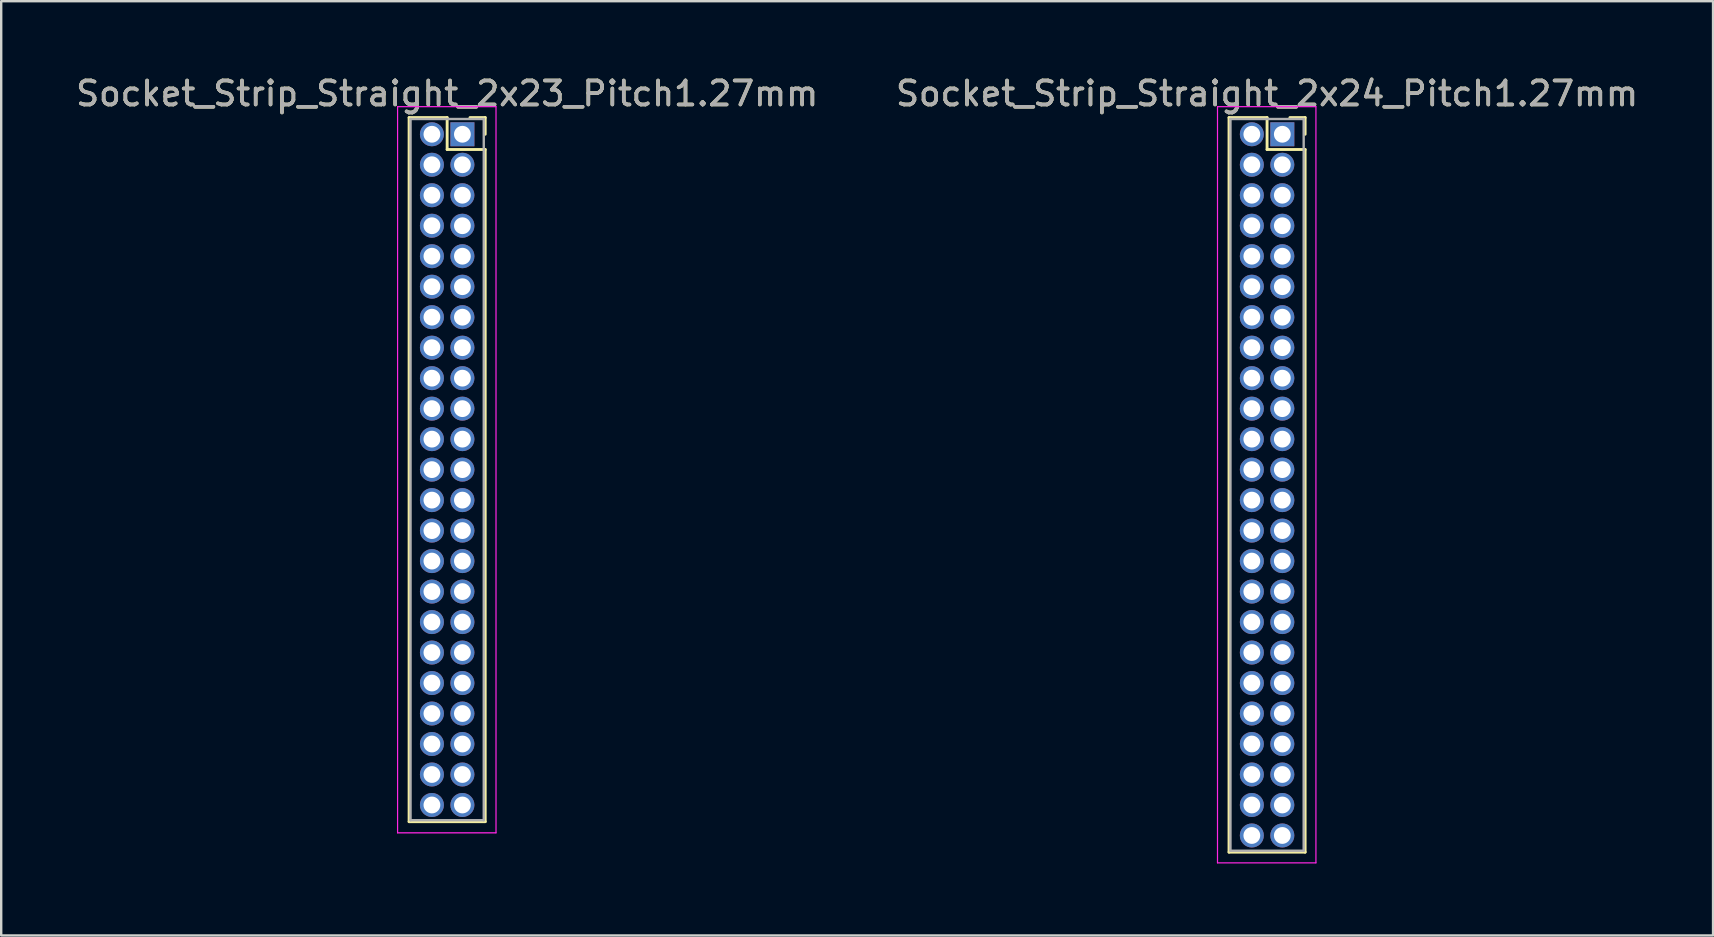
<source format=kicad_pcb>
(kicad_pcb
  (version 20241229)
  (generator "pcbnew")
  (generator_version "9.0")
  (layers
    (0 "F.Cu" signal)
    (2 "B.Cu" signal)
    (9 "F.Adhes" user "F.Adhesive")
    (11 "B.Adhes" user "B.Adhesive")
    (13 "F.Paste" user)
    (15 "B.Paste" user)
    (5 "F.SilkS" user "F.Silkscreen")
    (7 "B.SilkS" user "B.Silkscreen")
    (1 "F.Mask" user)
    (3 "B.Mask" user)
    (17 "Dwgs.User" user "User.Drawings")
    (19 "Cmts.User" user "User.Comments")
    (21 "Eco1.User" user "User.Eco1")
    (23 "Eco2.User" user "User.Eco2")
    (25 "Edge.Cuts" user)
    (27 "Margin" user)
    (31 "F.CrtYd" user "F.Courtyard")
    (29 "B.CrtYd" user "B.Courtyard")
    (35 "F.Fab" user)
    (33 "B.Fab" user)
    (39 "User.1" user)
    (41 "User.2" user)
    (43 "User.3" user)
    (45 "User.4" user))
  (footprint "Socket_Strip_Straight_2x24_Pitch1.27mm"
    (layer "F.Cu")
    (at 50.367 2.543)
    (property "Reference" "Socket_Strip_Straight_2x24_Pitch1.27mm" (at -0.635 -1.695 0) (layer "F.SilkS") (effects (font (size 1 1) (thickness 0.15))))
    (attr through_hole)
    (fp_line (start -2.22 -0.695) (end -0.635 -0.695) (stroke (width 0.12) (type solid)) (layer "F.SilkS"))
    (fp_line (start -2.22 29.905) (end -2.22 -0.695) (stroke (width 0.12) (type solid)) (layer "F.SilkS"))
    (fp_line (start -0.635 -0.695) (end -0.635 0.635) (stroke (width 0.12) (type solid)) (layer "F.SilkS"))
    (fp_line (start -0.635 0.635) (end 0.95 0.635) (stroke (width 0.12) (type solid)) (layer "F.SilkS"))
    (fp_line (start 0.95 -0.695) (end 0.315 -0.695) (stroke (width 0.12) (type solid)) (layer "F.SilkS"))
    (fp_line (start 0.95 0) (end 0.95 -0.695) (stroke (width 0.12) (type solid)) (layer "F.SilkS"))
    (fp_line (start 0.95 0.635) (end 0.95 29.905) (stroke (width 0.12) (type solid)) (layer "F.SilkS"))
    (fp_line (start 0.95 29.905) (end -2.22 29.905) (stroke (width 0.12) (type solid)) (layer "F.SilkS"))
    (fp_line (start -2.7 -1.15) (end -2.7 30.35) (stroke (width 0.05) (type solid)) (layer "F.CrtYd"))
    (fp_line (start -2.7 30.35) (end 1.4 30.35) (stroke (width 0.05) (type solid)) (layer "F.CrtYd"))
    (fp_line (start 1.4 -1.15) (end -2.7 -1.15) (stroke (width 0.05) (type solid)) (layer "F.CrtYd"))
    (fp_line (start 1.4 30.35) (end 1.4 -1.15) (stroke (width 0.05) (type solid)) (layer "F.CrtYd"))
    (fp_line (start -2.16 -0.635) (end -2.16 29.845) (stroke (width 0.1) (type solid)) (layer "F.Fab"))
    (fp_line (start -2.16 29.845) (end 0.89 29.845) (stroke (width 0.1) (type solid)) (layer "F.Fab"))
    (fp_line (start 0.89 -0.635) (end -2.16 -0.635) (stroke (width 0.1) (type solid)) (layer "F.Fab"))
    (fp_line (start 0.89 29.845) (end 0.89 -0.635) (stroke (width 0.1) (type solid)) (layer "F.Fab"))
    (fp_text user "${REFERENCE}" (at -0.635 -1.695 0) (layer "F.Fab") (effects (font (size 1 1) (thickness 0.15))))
    (pad "1" thru_hole rect (at 0 0) (size 1 1) (drill 0.7) (layers "*.Cu" "*.Mask"))
    (pad "2" thru_hole oval (at -1.27 0) (size 1 1) (drill 0.7) (layers "*.Cu" "*.Mask"))
    (pad "3" thru_hole oval (at 0 1.27) (size 1 1) (drill 0.7) (layers "*.Cu" "*.Mask"))
    (pad "4" thru_hole oval (at -1.27 1.27) (size 1 1) (drill 0.7) (layers "*.Cu" "*.Mask"))
    (pad "5" thru_hole oval (at 0 2.54) (size 1 1) (drill 0.7) (layers "*.Cu" "*.Mask"))
    (pad "6" thru_hole oval (at -1.27 2.54) (size 1 1) (drill 0.7) (layers "*.Cu" "*.Mask"))
    (pad "7" thru_hole oval (at 0 3.81) (size 1 1) (drill 0.7) (layers "*.Cu" "*.Mask"))
    (pad "8" thru_hole oval (at -1.27 3.81) (size 1 1) (drill 0.7) (layers "*.Cu" "*.Mask"))
    (pad "9" thru_hole oval (at 0 5.08) (size 1 1) (drill 0.7) (layers "*.Cu" "*.Mask"))
    (pad "10" thru_hole oval (at -1.27 5.08) (size 1 1) (drill 0.7) (layers "*.Cu" "*.Mask"))
    (pad "11" thru_hole oval (at 0 6.35) (size 1 1) (drill 0.7) (layers "*.Cu" "*.Mask"))
    (pad "12" thru_hole oval (at -1.27 6.35) (size 1 1) (drill 0.7) (layers "*.Cu" "*.Mask"))
    (pad "13" thru_hole oval (at 0 7.62) (size 1 1) (drill 0.7) (layers "*.Cu" "*.Mask"))
    (pad "14" thru_hole oval (at -1.27 7.62) (size 1 1) (drill 0.7) (layers "*.Cu" "*.Mask"))
    (pad "15" thru_hole oval (at 0 8.89) (size 1 1) (drill 0.7) (layers "*.Cu" "*.Mask"))
    (pad "16" thru_hole oval (at -1.27 8.89) (size 1 1) (drill 0.7) (layers "*.Cu" "*.Mask"))
    (pad "17" thru_hole oval (at 0 10.16) (size 1 1) (drill 0.7) (layers "*.Cu" "*.Mask"))
    (pad "18" thru_hole oval (at -1.27 10.16) (size 1 1) (drill 0.7) (layers "*.Cu" "*.Mask"))
    (pad "19" thru_hole oval (at 0 11.43) (size 1 1) (drill 0.7) (layers "*.Cu" "*.Mask"))
    (pad "20" thru_hole oval (at -1.27 11.43) (size 1 1) (drill 0.7) (layers "*.Cu" "*.Mask"))
    (pad "21" thru_hole oval (at 0 12.7) (size 1 1) (drill 0.7) (layers "*.Cu" "*.Mask"))
    (pad "22" thru_hole oval (at -1.27 12.7) (size 1 1) (drill 0.7) (layers "*.Cu" "*.Mask"))
    (pad "23" thru_hole oval (at 0 13.97) (size 1 1) (drill 0.7) (layers "*.Cu" "*.Mask"))
    (pad "24" thru_hole oval (at -1.27 13.97) (size 1 1) (drill 0.7) (layers "*.Cu" "*.Mask"))
    (pad "25" thru_hole oval (at 0 15.24) (size 1 1) (drill 0.7) (layers "*.Cu" "*.Mask"))
    (pad "26" thru_hole oval (at -1.27 15.24) (size 1 1) (drill 0.7) (layers "*.Cu" "*.Mask"))
    (pad "27" thru_hole oval (at 0 16.51) (size 1 1) (drill 0.7) (layers "*.Cu" "*.Mask"))
    (pad "28" thru_hole oval (at -1.27 16.51) (size 1 1) (drill 0.7) (layers "*.Cu" "*.Mask"))
    (pad "29" thru_hole oval (at 0 17.78) (size 1 1) (drill 0.7) (layers "*.Cu" "*.Mask"))
    (pad "30" thru_hole oval (at -1.27 17.78) (size 1 1) (drill 0.7) (layers "*.Cu" "*.Mask"))
    (pad "31" thru_hole oval (at 0 19.05) (size 1 1) (drill 0.7) (layers "*.Cu" "*.Mask"))
    (pad "32" thru_hole oval (at -1.27 19.05) (size 1 1) (drill 0.7) (layers "*.Cu" "*.Mask"))
    (pad "33" thru_hole oval (at 0 20.32) (size 1 1) (drill 0.7) (layers "*.Cu" "*.Mask"))
    (pad "34" thru_hole oval (at -1.27 20.32) (size 1 1) (drill 0.7) (layers "*.Cu" "*.Mask"))
    (pad "35" thru_hole oval (at 0 21.59) (size 1 1) (drill 0.7) (layers "*.Cu" "*.Mask"))
    (pad "36" thru_hole oval (at -1.27 21.59) (size 1 1) (drill 0.7) (layers "*.Cu" "*.Mask"))
    (pad "37" thru_hole oval (at 0 22.86) (size 1 1) (drill 0.7) (layers "*.Cu" "*.Mask"))
    (pad "38" thru_hole oval (at -1.27 22.86) (size 1 1) (drill 0.7) (layers "*.Cu" "*.Mask"))
    (pad "39" thru_hole oval (at 0 24.13) (size 1 1) (drill 0.7) (layers "*.Cu" "*.Mask"))
    (pad "40" thru_hole oval (at -1.27 24.13) (size 1 1) (drill 0.7) (layers "*.Cu" "*.Mask"))
    (pad "41" thru_hole oval (at 0 25.4) (size 1 1) (drill 0.7) (layers "*.Cu" "*.Mask"))
    (pad "42" thru_hole oval (at -1.27 25.4) (size 1 1) (drill 0.7) (layers "*.Cu" "*.Mask"))
    (pad "43" thru_hole oval (at 0 26.67) (size 1 1) (drill 0.7) (layers "*.Cu" "*.Mask"))
    (pad "44" thru_hole oval (at -1.27 26.67) (size 1 1) (drill 0.7) (layers "*.Cu" "*.Mask"))
    (pad "45" thru_hole oval (at 0 27.94) (size 1 1) (drill 0.7) (layers "*.Cu" "*.Mask"))
    (pad "46" thru_hole oval (at -1.27 27.94) (size 1 1) (drill 0.7) (layers "*.Cu" "*.Mask"))
    (pad "47" thru_hole oval (at 0 29.21) (size 1 1) (drill 0.7) (layers "*.Cu" "*.Mask"))
    (pad "48" thru_hole oval (at -1.27 29.21) (size 1 1) (drill 0.7) (layers "*.Cu" "*.Mask")))
  (footprint "Socket_Strip_Straight_2x23_Pitch1.27mm"
    (layer "F.Cu")
    (at 16.212 2.543)
    (property "Reference" "Socket_Strip_Straight_2x23_Pitch1.27mm" (at -0.635 -1.695 0) (layer "F.SilkS") (effects (font (size 1 1) (thickness 0.15))))
    (attr through_hole)
    (fp_line (start -2.22 -0.695) (end -0.635 -0.695) (stroke (width 0.12) (type solid)) (layer "F.SilkS"))
    (fp_line (start -2.22 28.635) (end -2.22 -0.695) (stroke (width 0.12) (type solid)) (layer "F.SilkS"))
    (fp_line (start -0.635 -0.695) (end -0.635 0.635) (stroke (width 0.12) (type solid)) (layer "F.SilkS"))
    (fp_line (start -0.635 0.635) (end 0.95 0.635) (stroke (width 0.12) (type solid)) (layer "F.SilkS"))
    (fp_line (start 0.95 -0.695) (end 0.315 -0.695) (stroke (width 0.12) (type solid)) (layer "F.SilkS"))
    (fp_line (start 0.95 0) (end 0.95 -0.695) (stroke (width 0.12) (type solid)) (layer "F.SilkS"))
    (fp_line (start 0.95 0.635) (end 0.95 28.635) (stroke (width 0.12) (type solid)) (layer "F.SilkS"))
    (fp_line (start 0.95 28.635) (end -2.22 28.635) (stroke (width 0.12) (type solid)) (layer "F.SilkS"))
    (fp_line (start -2.7 -1.15) (end -2.7 29.1) (stroke (width 0.05) (type solid)) (layer "F.CrtYd"))
    (fp_line (start -2.7 29.1) (end 1.4 29.1) (stroke (width 0.05) (type solid)) (layer "F.CrtYd"))
    (fp_line (start 1.4 -1.15) (end -2.7 -1.15) (stroke (width 0.05) (type solid)) (layer "F.CrtYd"))
    (fp_line (start 1.4 29.1) (end 1.4 -1.15) (stroke (width 0.05) (type solid)) (layer "F.CrtYd"))
    (fp_line (start -2.16 -0.635) (end -2.16 28.575) (stroke (width 0.1) (type solid)) (layer "F.Fab"))
    (fp_line (start -2.16 28.575) (end 0.89 28.575) (stroke (width 0.1) (type solid)) (layer "F.Fab"))
    (fp_line (start 0.89 -0.635) (end -2.16 -0.635) (stroke (width 0.1) (type solid)) (layer "F.Fab"))
    (fp_line (start 0.89 28.575) (end 0.89 -0.635) (stroke (width 0.1) (type solid)) (layer "F.Fab"))
    (fp_text user "${REFERENCE}" (at -0.635 -1.695 0) (layer "F.Fab") (effects (font (size 1 1) (thickness 0.15))))
    (pad "1" thru_hole rect (at 0 0) (size 1 1) (drill 0.7) (layers "*.Cu" "*.Mask"))
    (pad "2" thru_hole oval (at -1.27 0) (size 1 1) (drill 0.7) (layers "*.Cu" "*.Mask"))
    (pad "3" thru_hole oval (at 0 1.27) (size 1 1) (drill 0.7) (layers "*.Cu" "*.Mask"))
    (pad "4" thru_hole oval (at -1.27 1.27) (size 1 1) (drill 0.7) (layers "*.Cu" "*.Mask"))
    (pad "5" thru_hole oval (at 0 2.54) (size 1 1) (drill 0.7) (layers "*.Cu" "*.Mask"))
    (pad "6" thru_hole oval (at -1.27 2.54) (size 1 1) (drill 0.7) (layers "*.Cu" "*.Mask"))
    (pad "7" thru_hole oval (at 0 3.81) (size 1 1) (drill 0.7) (layers "*.Cu" "*.Mask"))
    (pad "8" thru_hole oval (at -1.27 3.81) (size 1 1) (drill 0.7) (layers "*.Cu" "*.Mask"))
    (pad "9" thru_hole oval (at 0 5.08) (size 1 1) (drill 0.7) (layers "*.Cu" "*.Mask"))
    (pad "10" thru_hole oval (at -1.27 5.08) (size 1 1) (drill 0.7) (layers "*.Cu" "*.Mask"))
    (pad "11" thru_hole oval (at 0 6.35) (size 1 1) (drill 0.7) (layers "*.Cu" "*.Mask"))
    (pad "12" thru_hole oval (at -1.27 6.35) (size 1 1) (drill 0.7) (layers "*.Cu" "*.Mask"))
    (pad "13" thru_hole oval (at 0 7.62) (size 1 1) (drill 0.7) (layers "*.Cu" "*.Mask"))
    (pad "14" thru_hole oval (at -1.27 7.62) (size 1 1) (drill 0.7) (layers "*.Cu" "*.Mask"))
    (pad "15" thru_hole oval (at 0 8.89) (size 1 1) (drill 0.7) (layers "*.Cu" "*.Mask"))
    (pad "16" thru_hole oval (at -1.27 8.89) (size 1 1) (drill 0.7) (layers "*.Cu" "*.Mask"))
    (pad "17" thru_hole oval (at 0 10.16) (size 1 1) (drill 0.7) (layers "*.Cu" "*.Mask"))
    (pad "18" thru_hole oval (at -1.27 10.16) (size 1 1) (drill 0.7) (layers "*.Cu" "*.Mask"))
    (pad "19" thru_hole oval (at 0 11.43) (size 1 1) (drill 0.7) (layers "*.Cu" "*.Mask"))
    (pad "20" thru_hole oval (at -1.27 11.43) (size 1 1) (drill 0.7) (layers "*.Cu" "*.Mask"))
    (pad "21" thru_hole oval (at 0 12.7) (size 1 1) (drill 0.7) (layers "*.Cu" "*.Mask"))
    (pad "22" thru_hole oval (at -1.27 12.7) (size 1 1) (drill 0.7) (layers "*.Cu" "*.Mask"))
    (pad "23" thru_hole oval (at 0 13.97) (size 1 1) (drill 0.7) (layers "*.Cu" "*.Mask"))
    (pad "24" thru_hole oval (at -1.27 13.97) (size 1 1) (drill 0.7) (layers "*.Cu" "*.Mask"))
    (pad "25" thru_hole oval (at 0 15.24) (size 1 1) (drill 0.7) (layers "*.Cu" "*.Mask"))
    (pad "26" thru_hole oval (at -1.27 15.24) (size 1 1) (drill 0.7) (layers "*.Cu" "*.Mask"))
    (pad "27" thru_hole oval (at 0 16.51) (size 1 1) (drill 0.7) (layers "*.Cu" "*.Mask"))
    (pad "28" thru_hole oval (at -1.27 16.51) (size 1 1) (drill 0.7) (layers "*.Cu" "*.Mask"))
    (pad "29" thru_hole oval (at 0 17.78) (size 1 1) (drill 0.7) (layers "*.Cu" "*.Mask"))
    (pad "30" thru_hole oval (at -1.27 17.78) (size 1 1) (drill 0.7) (layers "*.Cu" "*.Mask"))
    (pad "31" thru_hole oval (at 0 19.05) (size 1 1) (drill 0.7) (layers "*.Cu" "*.Mask"))
    (pad "32" thru_hole oval (at -1.27 19.05) (size 1 1) (drill 0.7) (layers "*.Cu" "*.Mask"))
    (pad "33" thru_hole oval (at 0 20.32) (size 1 1) (drill 0.7) (layers "*.Cu" "*.Mask"))
    (pad "34" thru_hole oval (at -1.27 20.32) (size 1 1) (drill 0.7) (layers "*.Cu" "*.Mask"))
    (pad "35" thru_hole oval (at 0 21.59) (size 1 1) (drill 0.7) (layers "*.Cu" "*.Mask"))
    (pad "36" thru_hole oval (at -1.27 21.59) (size 1 1) (drill 0.7) (layers "*.Cu" "*.Mask"))
    (pad "37" thru_hole oval (at 0 22.86) (size 1 1) (drill 0.7) (layers "*.Cu" "*.Mask"))
    (pad "38" thru_hole oval (at -1.27 22.86) (size 1 1) (drill 0.7) (layers "*.Cu" "*.Mask"))
    (pad "39" thru_hole oval (at 0 24.13) (size 1 1) (drill 0.7) (layers "*.Cu" "*.Mask"))
    (pad "40" thru_hole oval (at -1.27 24.13) (size 1 1) (drill 0.7) (layers "*.Cu" "*.Mask"))
    (pad "41" thru_hole oval (at 0 25.4) (size 1 1) (drill 0.7) (layers "*.Cu" "*.Mask"))
    (pad "42" thru_hole oval (at -1.27 25.4) (size 1 1) (drill 0.7) (layers "*.Cu" "*.Mask"))
    (pad "43" thru_hole oval (at 0 26.67) (size 1 1) (drill 0.7) (layers "*.Cu" "*.Mask"))
    (pad "44" thru_hole oval (at -1.27 26.67) (size 1 1) (drill 0.7) (layers "*.Cu" "*.Mask"))
    (pad "45" thru_hole oval (at 0 27.94) (size 1 1) (drill 0.7) (layers "*.Cu" "*.Mask"))
    (pad "46" thru_hole oval (at -1.27 27.94) (size 1 1) (drill 0.7) (layers "*.Cu" "*.Mask")))
  (gr_rect
    (start -3 -3)
    (end 68.31 35.918)
    (stroke (width 0.1) (type default))
    (fill no)
    (layer "Edge.Cuts")))
</source>
